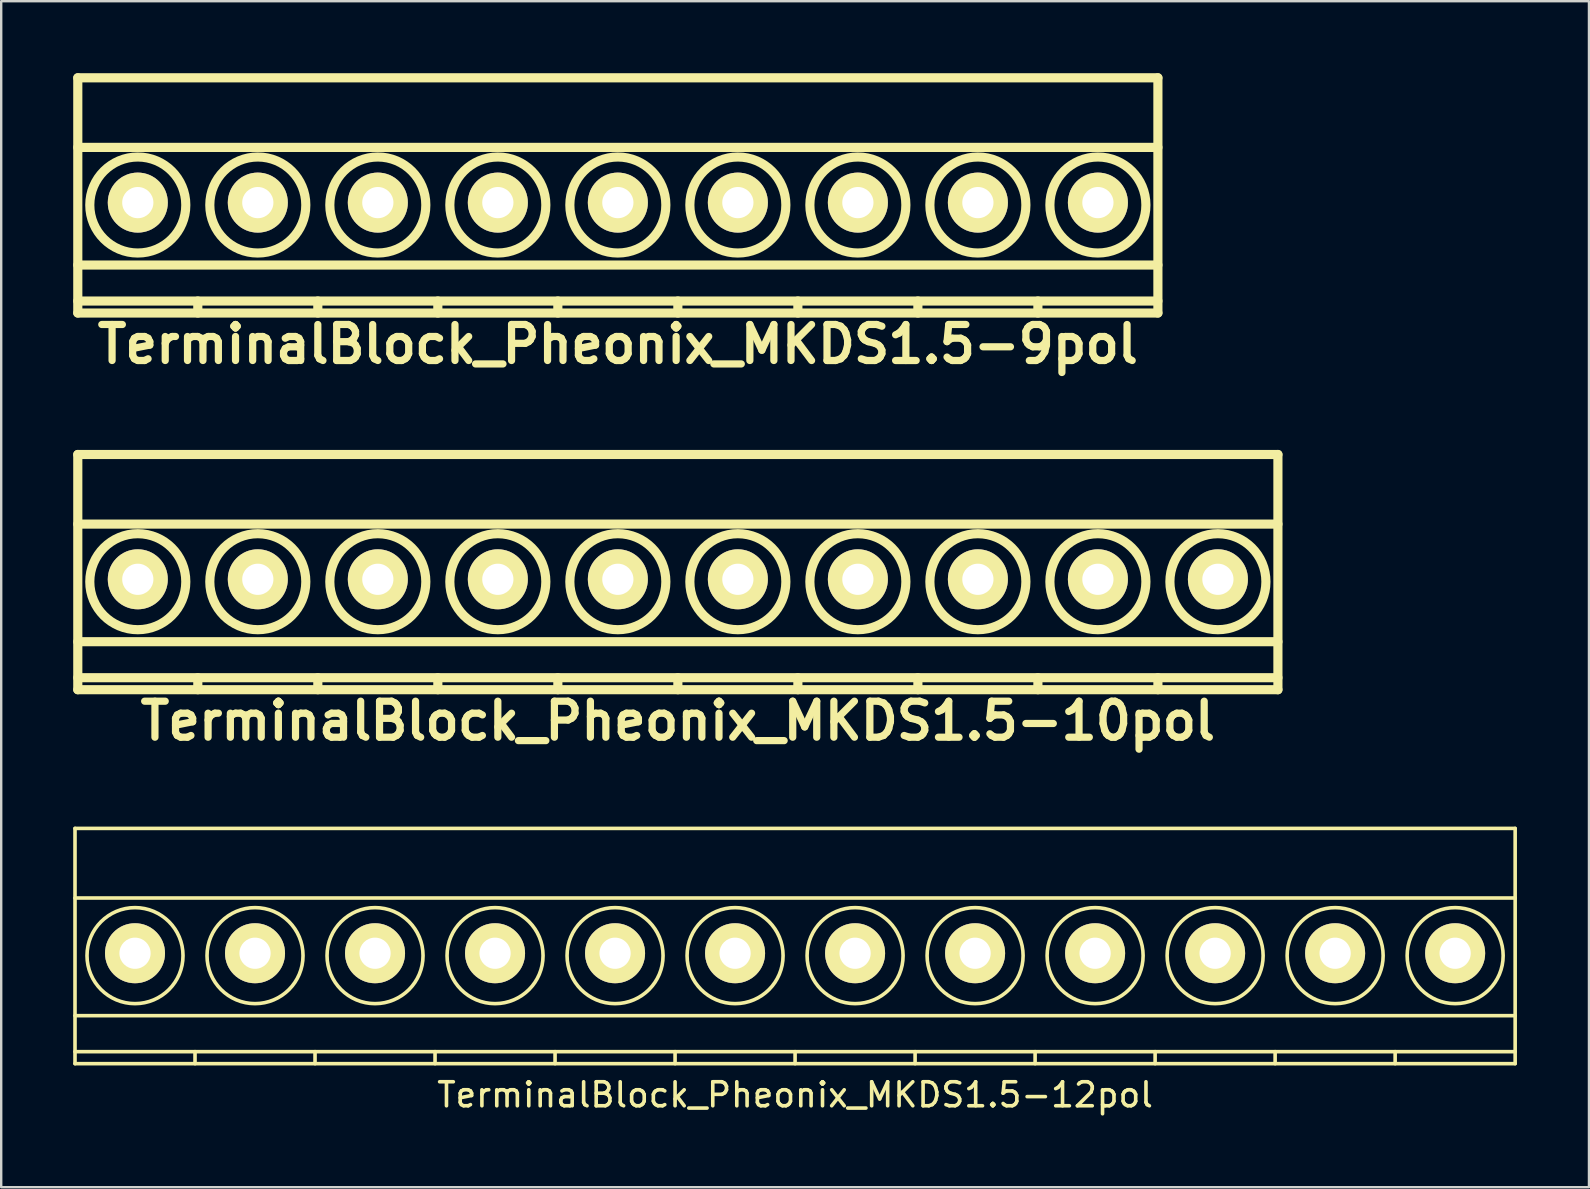
<source format=kicad_pcb>
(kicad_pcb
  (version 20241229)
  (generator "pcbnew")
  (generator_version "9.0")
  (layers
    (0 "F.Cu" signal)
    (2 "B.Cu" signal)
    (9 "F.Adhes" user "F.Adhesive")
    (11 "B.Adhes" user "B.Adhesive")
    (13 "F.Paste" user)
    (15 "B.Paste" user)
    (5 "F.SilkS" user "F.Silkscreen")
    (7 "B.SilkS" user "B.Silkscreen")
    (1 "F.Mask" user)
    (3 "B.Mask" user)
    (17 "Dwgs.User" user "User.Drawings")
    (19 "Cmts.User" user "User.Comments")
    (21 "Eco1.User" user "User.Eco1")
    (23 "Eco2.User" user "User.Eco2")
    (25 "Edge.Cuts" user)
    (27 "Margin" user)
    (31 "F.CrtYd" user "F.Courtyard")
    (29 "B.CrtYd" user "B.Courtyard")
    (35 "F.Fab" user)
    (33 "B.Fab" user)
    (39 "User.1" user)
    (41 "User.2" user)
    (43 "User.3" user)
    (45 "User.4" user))
  (footprint "TerminalBlock_Pheonix_MKDS1.5-10pol"
    (layer "F.Cu")
    (at 25.191 21.085)
    (property "Reference" "TerminalBlock_Pheonix_MKDS1.5-10pol" (at 0 5.9 0) (layer "F.SilkS") (effects (font (size 1.5 1.5) (thickness 0.3))))
    (attr through_hole)
    (fp_line (start -25 -5.2) (end -25 4.6) (stroke (width 0.381) (type solid)) (layer "F.SilkS"))
    (fp_line (start -25 -2.3) (end 25 -2.3) (stroke (width 0.381) (type solid)) (layer "F.SilkS"))
    (fp_line (start -25 2.6) (end 25 2.6) (stroke (width 0.381) (type solid)) (layer "F.SilkS"))
    (fp_line (start -25 4.1) (end 25 4.1) (stroke (width 0.381) (type solid)) (layer "F.SilkS"))
    (fp_line (start -25 4.6) (end 25 4.6) (stroke (width 0.381) (type solid)) (layer "F.SilkS"))
    (fp_line (start -20 4.1) (end -20 4.6) (stroke (width 0.381) (type solid)) (layer "F.SilkS"))
    (fp_line (start -15 4.1) (end -15 4.6) (stroke (width 0.381) (type solid)) (layer "F.SilkS"))
    (fp_line (start -10 4.1) (end -10 4.6) (stroke (width 0.381) (type solid)) (layer "F.SilkS"))
    (fp_line (start -5 4.1) (end -5 4.6) (stroke (width 0.381) (type solid)) (layer "F.SilkS"))
    (fp_line (start 0 4.1) (end 0 4.6) (stroke (width 0.381) (type solid)) (layer "F.SilkS"))
    (fp_line (start 5 4.1) (end 5 4.6) (stroke (width 0.381) (type solid)) (layer "F.SilkS"))
    (fp_line (start 10 4.1) (end 10 4.6) (stroke (width 0.381) (type solid)) (layer "F.SilkS"))
    (fp_line (start 15 4.1) (end 15 4.6) (stroke (width 0.381) (type solid)) (layer "F.SilkS"))
    (fp_line (start 20 4.1) (end 20 4.6) (stroke (width 0.381) (type solid)) (layer "F.SilkS"))
    (fp_line (start 25 -5.2) (end -25 -5.2) (stroke (width 0.381) (type solid)) (layer "F.SilkS"))
    (fp_line (start 25 4.6) (end 25 -5.2) (stroke (width 0.381) (type solid)) (layer "F.SilkS"))
    (fp_circle (center -22.5 0.1) (end -20.5 0.1) (stroke (width 0.381) (type solid)) (fill no) (layer "F.SilkS"))
    (fp_circle (center -17.5 0.1) (end -19.5 0.1) (stroke (width 0.381) (type solid)) (fill no) (layer "F.SilkS"))
    (fp_circle (center -12.5 0.1) (end -14.5 0.1) (stroke (width 0.381) (type solid)) (fill no) (layer "F.SilkS"))
    (fp_circle (center -7.5 0.1) (end -9.5 0.1) (stroke (width 0.381) (type solid)) (fill no) (layer "F.SilkS"))
    (fp_circle (center -2.5 0.1) (end -4.5 0.1) (stroke (width 0.381) (type solid)) (fill no) (layer "F.SilkS"))
    (fp_circle (center 2.5 0.1) (end 0.5 0.1) (stroke (width 0.381) (type solid)) (fill no) (layer "F.SilkS"))
    (fp_circle (center 7.5 0.1) (end 5.5 0.1) (stroke (width 0.381) (type solid)) (fill no) (layer "F.SilkS"))
    (fp_circle (center 12.5 0.1) (end 10.5 0.1) (stroke (width 0.381) (type solid)) (fill no) (layer "F.SilkS"))
    (fp_circle (center 17.5 0.1) (end 15.5 0.1) (stroke (width 0.381) (type solid)) (fill no) (layer "F.SilkS"))
    (fp_circle (center 22.5 0.1) (end 20.5 0.1) (stroke (width 0.381) (type solid)) (fill no) (layer "F.SilkS"))
    (pad "1" thru_hole circle (at -22.5 0) (size 2.5 2.5) (drill 1.3) (layers "*.Cu" "*.Mask" "F.SilkS"))
    (pad "2" thru_hole circle (at -17.5 0) (size 2.5 2.5) (drill 1.3) (layers "*.Cu" "*.Mask" "F.SilkS"))
    (pad "3" thru_hole circle (at -12.5 0) (size 2.5 2.5) (drill 1.3) (layers "*.Cu" "*.Mask" "F.SilkS"))
    (pad "4" thru_hole circle (at -7.5 0) (size 2.5 2.5) (drill 1.3) (layers "*.Cu" "*.Mask" "F.SilkS"))
    (pad "5" thru_hole circle (at -2.5 0) (size 2.5 2.5) (drill 1.3) (layers "*.Cu" "*.Mask" "F.SilkS"))
    (pad "6" thru_hole circle (at 2.5 0) (size 2.5 2.5) (drill 1.3) (layers "*.Cu" "*.Mask" "F.SilkS"))
    (pad "7" thru_hole circle (at 7.5 0) (size 2.5 2.5) (drill 1.3) (layers "*.Cu" "*.Mask" "F.SilkS"))
    (pad "8" thru_hole circle (at 12.5 0) (size 2.5 2.5) (drill 1.3) (layers "*.Cu" "*.Mask" "F.SilkS"))
    (pad "9" thru_hole circle (at 17.5 0) (size 2.5 2.5) (drill 1.3) (layers "*.Cu" "*.Mask" "F.SilkS"))
    (pad "10" thru_hole circle (at 22.5 0) (size 2.5 2.5) (drill 1.3) (layers "*.Cu" "*.Mask" "F.SilkS")))
  (footprint "TerminalBlock_Pheonix_MKDS1.5-12pol"
    (layer "F.Cu")
    (at 30.075 36.664)
    (property "Reference" "TerminalBlock_Pheonix_MKDS1.5-12pol" (at 0 5.9 0) (layer "F.SilkS") (effects (font (size 1 1) (thickness 0.15))))
    (attr through_hole)
    (fp_line (start -30 -5.2) (end -30 4.6) (stroke (width 0.15) (type solid)) (layer "F.SilkS"))
    (fp_line (start -30 -2.3) (end 30 -2.3) (stroke (width 0.15) (type solid)) (layer "F.SilkS"))
    (fp_line (start -30 2.6) (end 30 2.6) (stroke (width 0.15) (type solid)) (layer "F.SilkS"))
    (fp_line (start -30 4.1) (end 30 4.1) (stroke (width 0.15) (type solid)) (layer "F.SilkS"))
    (fp_line (start -30 4.6) (end 30 4.6) (stroke (width 0.15) (type solid)) (layer "F.SilkS"))
    (fp_line (start -25 4.1) (end -25 4.6) (stroke (width 0.15) (type solid)) (layer "F.SilkS"))
    (fp_line (start -20 4.1) (end -20 4.6) (stroke (width 0.15) (type solid)) (layer "F.SilkS"))
    (fp_line (start -15 4.1) (end -15 4.6) (stroke (width 0.15) (type solid)) (layer "F.SilkS"))
    (fp_line (start -10 4.1) (end -10 4.6) (stroke (width 0.15) (type solid)) (layer "F.SilkS"))
    (fp_line (start -5 4.1) (end -5 4.6) (stroke (width 0.15) (type solid)) (layer "F.SilkS"))
    (fp_line (start 0 4.1) (end 0 4.6) (stroke (width 0.15) (type solid)) (layer "F.SilkS"))
    (fp_line (start 5 4.1) (end 5 4.6) (stroke (width 0.15) (type solid)) (layer "F.SilkS"))
    (fp_line (start 10 4.1) (end 10 4.6) (stroke (width 0.15) (type solid)) (layer "F.SilkS"))
    (fp_line (start 15 4.1) (end 15 4.6) (stroke (width 0.15) (type solid)) (layer "F.SilkS"))
    (fp_line (start 20 4.1) (end 20 4.6) (stroke (width 0.15) (type solid)) (layer "F.SilkS"))
    (fp_line (start 25 4.1) (end 25 4.6) (stroke (width 0.15) (type solid)) (layer "F.SilkS"))
    (fp_line (start 30 -5.2) (end -30 -5.2) (stroke (width 0.15) (type solid)) (layer "F.SilkS"))
    (fp_line (start 30 4.6) (end 30 -5.2) (stroke (width 0.15) (type solid)) (layer "F.SilkS"))
    (fp_circle (center -27.5 0.1) (end -25.5 0.1) (stroke (width 0.15) (type solid)) (fill no) (layer "F.SilkS"))
    (fp_circle (center -22.5 0.1) (end -24.5 0.1) (stroke (width 0.15) (type solid)) (fill no) (layer "F.SilkS"))
    (fp_circle (center -17.5 0.1) (end -19.5 0.1) (stroke (width 0.15) (type solid)) (fill no) (layer "F.SilkS"))
    (fp_circle (center -12.5 0.1) (end -14.5 0.1) (stroke (width 0.15) (type solid)) (fill no) (layer "F.SilkS"))
    (fp_circle (center -7.5 0.1) (end -9.5 0.1) (stroke (width 0.15) (type solid)) (fill no) (layer "F.SilkS"))
    (fp_circle (center -2.5 0.1) (end -4.5 0.1) (stroke (width 0.15) (type solid)) (fill no) (layer "F.SilkS"))
    (fp_circle (center 2.5 0.1) (end 0.5 0.1) (stroke (width 0.15) (type solid)) (fill no) (layer "F.SilkS"))
    (fp_circle (center 7.5 0.1) (end 5.5 0.1) (stroke (width 0.15) (type solid)) (fill no) (layer "F.SilkS"))
    (fp_circle (center 12.5 0.1) (end 10.5 0.1) (stroke (width 0.15) (type solid)) (fill no) (layer "F.SilkS"))
    (fp_circle (center 17.5 0.1) (end 15.5 0.1) (stroke (width 0.15) (type solid)) (fill no) (layer "F.SilkS"))
    (fp_circle (center 22.5 0.1) (end 20.5 0.1) (stroke (width 0.15) (type solid)) (fill no) (layer "F.SilkS"))
    (fp_circle (center 27.5 0.1) (end 25.5 0.1) (stroke (width 0.15) (type solid)) (fill no) (layer "F.SilkS"))
    (pad "1" thru_hole circle (at -27.5 0) (size 2.5 2.5) (drill 1.3) (layers "*.Cu" "*.Mask" "F.SilkS"))
    (pad "2" thru_hole circle (at -22.5 0) (size 2.5 2.5) (drill 1.3) (layers "*.Cu" "*.Mask" "F.SilkS"))
    (pad "3" thru_hole circle (at -17.5 0) (size 2.5 2.5) (drill 1.3) (layers "*.Cu" "*.Mask" "F.SilkS"))
    (pad "4" thru_hole circle (at -12.5 0) (size 2.5 2.5) (drill 1.3) (layers "*.Cu" "*.Mask" "F.SilkS"))
    (pad "5" thru_hole circle (at -7.5 0) (size 2.5 2.5) (drill 1.3) (layers "*.Cu" "*.Mask" "F.SilkS"))
    (pad "6" thru_hole circle (at -2.5 0) (size 2.5 2.5) (drill 1.3) (layers "*.Cu" "*.Mask" "F.SilkS"))
    (pad "7" thru_hole circle (at 2.5 0) (size 2.5 2.5) (drill 1.3) (layers "*.Cu" "*.Mask" "F.SilkS"))
    (pad "8" thru_hole circle (at 7.5 0) (size 2.5 2.5) (drill 1.3) (layers "*.Cu" "*.Mask" "F.SilkS"))
    (pad "9" thru_hole circle (at 12.5 0) (size 2.5 2.5) (drill 1.3) (layers "*.Cu" "*.Mask" "F.SilkS"))
    (pad "10" thru_hole circle (at 17.5 0) (size 2.5 2.5) (drill 1.3) (layers "*.Cu" "*.Mask" "F.SilkS"))
    (pad "11" thru_hole circle (at 22.5 0) (size 2.5 2.5) (drill 1.3) (layers "*.Cu" "*.Mask" "F.SilkS"))
    (pad "12" thru_hole circle (at 27.5 0) (size 2.5 2.5) (drill 1.3) (layers "*.Cu" "*.Mask" "F.SilkS")))
  (footprint "TerminalBlock_Pheonix_MKDS1.5-9pol"
    (layer "F.Cu")
    (at 22.691 5.391)
    (property "Reference" "TerminalBlock_Pheonix_MKDS1.5-9pol" (at 0 5.9 0) (layer "F.SilkS") (effects (font (size 1.5 1.5) (thickness 0.3))))
    (attr through_hole)
    (fp_line (start -22.5 -5.2) (end -22.5 4.6) (stroke (width 0.381) (type solid)) (layer "F.SilkS"))
    (fp_line (start -22.5 -2.3) (end 22.5 -2.3) (stroke (width 0.381) (type solid)) (layer "F.SilkS"))
    (fp_line (start -22.5 2.6) (end 22.5 2.6) (stroke (width 0.381) (type solid)) (layer "F.SilkS"))
    (fp_line (start -22.5 4.1) (end 22.5 4.1) (stroke (width 0.381) (type solid)) (layer "F.SilkS"))
    (fp_line (start -22.5 4.6) (end 22.5 4.6) (stroke (width 0.381) (type solid)) (layer "F.SilkS"))
    (fp_line (start -17.5 4.1) (end -17.5 4.6) (stroke (width 0.381) (type solid)) (layer "F.SilkS"))
    (fp_line (start -12.5 4.1) (end -12.5 4.6) (stroke (width 0.381) (type solid)) (layer "F.SilkS"))
    (fp_line (start -7.5 4.1) (end -7.5 4.6) (stroke (width 0.381) (type solid)) (layer "F.SilkS"))
    (fp_line (start -2.5 4.1) (end -2.5 4.6) (stroke (width 0.381) (type solid)) (layer "F.SilkS"))
    (fp_line (start 2.5 4.1) (end 2.5 4.6) (stroke (width 0.381) (type solid)) (layer "F.SilkS"))
    (fp_line (start 7.5 4.1) (end 7.5 4.6) (stroke (width 0.381) (type solid)) (layer "F.SilkS"))
    (fp_line (start 12.5 4.1) (end 12.5 4.6) (stroke (width 0.381) (type solid)) (layer "F.SilkS"))
    (fp_line (start 17.5 4.1) (end 17.5 4.6) (stroke (width 0.381) (type solid)) (layer "F.SilkS"))
    (fp_line (start 22.5 -5.2) (end -22.5 -5.2) (stroke (width 0.381) (type solid)) (layer "F.SilkS"))
    (fp_line (start 22.5 4.6) (end 22.5 -5.2) (stroke (width 0.381) (type solid)) (layer "F.SilkS"))
    (fp_circle (center -20 0.1) (end -18 0.1) (stroke (width 0.381) (type solid)) (fill no) (layer "F.SilkS"))
    (fp_circle (center -15 0.1) (end -17 0.1) (stroke (width 0.381) (type solid)) (fill no) (layer "F.SilkS"))
    (fp_circle (center -10 0.1) (end -12 0.1) (stroke (width 0.381) (type solid)) (fill no) (layer "F.SilkS"))
    (fp_circle (center -5 0.1) (end -7 0.1) (stroke (width 0.381) (type solid)) (fill no) (layer "F.SilkS"))
    (fp_circle (center 0 0.1) (end -2 0.1) (stroke (width 0.381) (type solid)) (fill no) (layer "F.SilkS"))
    (fp_circle (center 5 0.1) (end 3 0.1) (stroke (width 0.381) (type solid)) (fill no) (layer "F.SilkS"))
    (fp_circle (center 10 0.1) (end 8 0.1) (stroke (width 0.381) (type solid)) (fill no) (layer "F.SilkS"))
    (fp_circle (center 15 0.1) (end 13 0.1) (stroke (width 0.381) (type solid)) (fill no) (layer "F.SilkS"))
    (fp_circle (center 20 0.1) (end 18 0.1) (stroke (width 0.381) (type solid)) (fill no) (layer "F.SilkS"))
    (pad "1" thru_hole circle (at -20 0) (size 2.5 2.5) (drill 1.3) (layers "*.Cu" "*.Mask" "F.SilkS"))
    (pad "2" thru_hole circle (at -15 0) (size 2.5 2.5) (drill 1.3) (layers "*.Cu" "*.Mask" "F.SilkS"))
    (pad "3" thru_hole circle (at -10 0) (size 2.5 2.5) (drill 1.3) (layers "*.Cu" "*.Mask" "F.SilkS"))
    (pad "4" thru_hole circle (at -5 0) (size 2.5 2.5) (drill 1.3) (layers "*.Cu" "*.Mask" "F.SilkS"))
    (pad "5" thru_hole circle (at 0 0) (size 2.5 2.5) (drill 1.3) (layers "*.Cu" "*.Mask" "F.SilkS"))
    (pad "6" thru_hole circle (at 5 0) (size 2.5 2.5) (drill 1.3) (layers "*.Cu" "*.Mask" "F.SilkS"))
    (pad "7" thru_hole circle (at 10 0) (size 2.5 2.5) (drill 1.3) (layers "*.Cu" "*.Mask" "F.SilkS"))
    (pad "8" thru_hole circle (at 15 0) (size 2.5 2.5) (drill 1.3) (layers "*.Cu" "*.Mask" "F.SilkS"))
    (pad "9" thru_hole circle (at 20 0) (size 2.5 2.5) (drill 1.3) (layers "*.Cu" "*.Mask" "F.SilkS")))
  (gr_rect
    (start -3 -3)
    (end 63.15 46.412)
    (stroke (width 0.1) (type default))
    (fill no)
    (layer "Edge.Cuts")))
</source>
